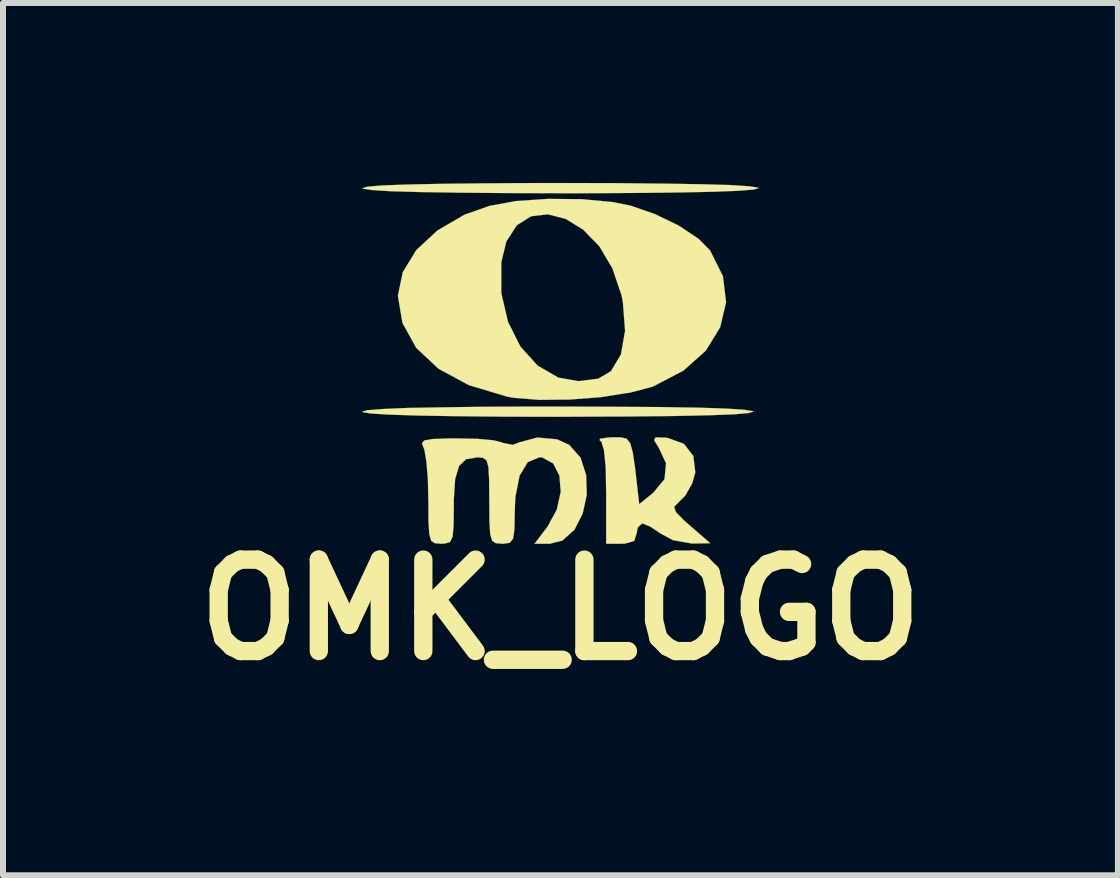
<source format=kicad_pcb>
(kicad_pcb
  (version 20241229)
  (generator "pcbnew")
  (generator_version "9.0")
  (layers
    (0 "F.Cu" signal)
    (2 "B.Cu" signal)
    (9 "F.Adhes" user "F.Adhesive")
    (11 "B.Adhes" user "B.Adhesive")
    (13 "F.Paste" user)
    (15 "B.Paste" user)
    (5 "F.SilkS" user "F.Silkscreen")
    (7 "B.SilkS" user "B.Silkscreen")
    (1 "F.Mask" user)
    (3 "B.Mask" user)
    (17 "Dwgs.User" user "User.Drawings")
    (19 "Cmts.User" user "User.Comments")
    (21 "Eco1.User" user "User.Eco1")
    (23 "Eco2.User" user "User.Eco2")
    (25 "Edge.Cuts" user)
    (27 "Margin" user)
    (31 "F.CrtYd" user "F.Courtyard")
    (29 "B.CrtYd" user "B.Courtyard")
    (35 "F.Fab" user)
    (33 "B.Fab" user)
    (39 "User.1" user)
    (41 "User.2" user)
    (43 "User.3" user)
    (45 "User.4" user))
  (footprint "OMK_LOGO"
    (layer "F.Cu")
    (at 6.292 2.965)
    (property "Reference" "OMK_LOGO" (at 0 4.148 0) (layer "F.SilkS") (effects (font (size 1.524 1.524) (thickness 0.305))))
    (attr through_hole)
    (fp_poly (pts (xy 3.218 0.846) (xy 3.132 0.871) (xy 2.883 0.892) (xy 2.474 0.907) (xy 1.905 0.919) (xy 1.184 0.927) (xy 0.312 0.93) (xy -0.043 0.932) (xy -0.968 0.93) (xy -1.745 0.922) (xy -2.37 0.912) (xy -2.837 0.897) (xy -3.147 0.879) (xy -3.292 0.856) (xy -3.302 0.846) (xy -3.218 0.823) (xy -2.969 0.803) (xy -2.558 0.785) (xy -1.991 0.775) (xy -1.267 0.765) (xy -0.396 0.762) (xy -0.043 0.762) (xy 0.881 0.765) (xy 1.659 0.77) (xy 2.283 0.78) (xy 2.753 0.795) (xy 3.061 0.815) (xy 3.205 0.838) (xy 3.218 0.846)) (stroke (width 0.003) (type solid)) (fill yes) (layer "F.SilkS"))
    (fp_poly (pts (xy 3.302 -2.878) (xy 3.218 -2.855) (xy 2.969 -2.835) (xy 2.558 -2.819) (xy 1.989 -2.807) (xy 1.265 -2.799) (xy 0.394 -2.794) (xy 0 -2.794) (xy -0.932 -2.797) (xy -1.717 -2.804) (xy -2.347 -2.814) (xy -2.822 -2.827) (xy -3.137 -2.847) (xy -3.289 -2.87) (xy -3.302 -2.878) (xy -3.218 -2.903) (xy -2.969 -2.924) (xy -2.558 -2.939) (xy -1.989 -2.951) (xy -1.267 -2.959) (xy -0.394 -2.964) (xy 0 -2.964) (xy 0.932 -2.962) (xy 1.714 -2.954) (xy 2.347 -2.944) (xy 2.822 -2.931) (xy 3.137 -2.911) (xy 3.287 -2.888) (xy 3.302 -2.878)) (stroke (width 0.003) (type solid)) (fill yes) (layer "F.SilkS"))
    (fp_poly (pts (xy 2.497 3.04) (xy 2.192 3.045) (xy 1.877 2.99) (xy 1.669 2.878) (xy 1.494 2.761) (xy 1.364 2.71) (xy 1.361 2.71) (xy 1.288 2.779) (xy 1.27 2.878) (xy 1.229 3.002) (xy 1.082 3.045) (xy 1.016 3.048) (xy 0.762 3.048) (xy 0.762 2.207) (xy 0.754 1.773) (xy 0.726 1.491) (xy 0.683 1.349) (xy 0.655 1.326) (xy 0.658 1.298) (xy 0.798 1.278) (xy 0.861 1.275) (xy 1.003 1.275) (xy 1.1 1.295) (xy 1.163 1.372) (xy 1.206 1.527) (xy 1.245 1.793) (xy 1.29 2.187) (xy 1.313 2.388) (xy 1.544 2.202) (xy 1.735 1.971) (xy 1.76 1.707) (xy 1.641 1.453) (xy 1.56 1.321) (xy 1.587 1.275) (xy 1.75 1.28) (xy 1.788 1.285) (xy 2.057 1.382) (xy 2.215 1.585) (xy 2.248 1.859) (xy 2.197 2.04) (xy 2.083 2.243) (xy 1.956 2.37) (xy 1.895 2.433) (xy 1.925 2.522) (xy 2.068 2.667) (xy 2.159 2.746) (xy 2.497 3.04)) (stroke (width 0.003) (type solid)) (fill yes) (layer "F.SilkS"))
    (fp_poly (pts (xy 2.761 -0.978) (xy 2.662 -0.559) (xy 2.423 -0.17) (xy 2.05 0.163) (xy 1.554 0.422) (xy 1.529 0.432) (xy 1.156 0.531) (xy 1.077 0.541) (xy 1.077 -0.5) (xy 1.041 -0.975) (xy 1.019 -1.09) (xy 0.866 -1.542) (xy 0.648 -1.91) (xy 0.378 -2.187) (xy 0.086 -2.367) (xy -0.211 -2.443) (xy -0.49 -2.41) (xy -0.726 -2.261) (xy -0.902 -1.991) (xy -0.986 -1.643) (xy -0.986 -1.128) (xy -0.874 -0.65) (xy -0.668 -0.239) (xy -0.381 0.079) (xy -0.036 0.279) (xy 0.297 0.338) (xy 0.63 0.297) (xy 0.841 0.173) (xy 1.008 -0.107) (xy 1.077 -0.5) (xy 1.077 0.541) (xy 0.676 0.605) (xy 0.152 0.645) (xy -0.358 0.65) (xy -0.79 0.615) (xy -0.897 0.594) (xy -1.529 0.404) (xy -2.035 0.13) (xy -2.405 -0.218) (xy -2.634 -0.632) (xy -2.71 -1.085) (xy -2.629 -1.476) (xy -2.403 -1.847) (xy -2.05 -2.174) (xy -1.6 -2.436) (xy -1.184 -2.583) (xy -0.739 -2.664) (xy -0.203 -2.7) (xy 0.358 -2.695) (xy 0.871 -2.647) (xy 1.166 -2.588) (xy 1.577 -2.446) (xy 1.974 -2.253) (xy 2.299 -2.037) (xy 2.494 -1.841) (xy 2.708 -1.412) (xy 2.761 -0.978)) (stroke (width 0.003) (type solid)) (fill yes) (layer "F.SilkS"))
    (fp_poly (pts (xy 0.439 2.23) (xy 0.371 2.545) (xy 0.234 2.814) (xy 0.033 2.995) (xy -0.175 3.048) (xy -0.432 3.048) (xy -0.216 2.764) (xy -0.061 2.479) (xy 0.005 2.182) (xy -0.018 1.913) (xy -0.122 1.709) (xy -0.305 1.61) (xy -0.351 1.608) (xy -0.544 1.687) (xy -0.681 1.913) (xy -0.752 2.273) (xy -0.762 2.517) (xy -0.767 2.807) (xy -0.79 2.964) (xy -0.846 3.033) (xy -0.95 3.048) (xy -0.973 3.048) (xy -1.077 3.04) (xy -1.138 3) (xy -1.171 2.888) (xy -1.184 2.675) (xy -1.186 2.329) (xy -1.189 1.979) (xy -1.201 1.765) (xy -1.234 1.656) (xy -1.295 1.615) (xy -1.379 1.608) (xy -1.57 1.638) (xy -1.689 1.75) (xy -1.755 1.968) (xy -1.778 2.319) (xy -1.778 2.431) (xy -1.781 2.748) (xy -1.798 2.931) (xy -1.841 3.02) (xy -1.923 3.045) (xy -1.989 3.048) (xy -2.093 3.04) (xy -2.154 3) (xy -2.187 2.888) (xy -2.2 2.675) (xy -2.202 2.327) (xy -2.202 2.322) (xy -2.21 1.971) (xy -2.235 1.674) (xy -2.268 1.481) (xy -2.281 1.448) (xy -2.309 1.372) (xy -2.268 1.326) (xy -2.129 1.303) (xy -1.862 1.293) (xy -1.709 1.293) (xy -1.384 1.3) (xy -1.123 1.323) (xy -0.97 1.361) (xy -0.958 1.369) (xy -0.792 1.4) (xy -0.688 1.359) (xy -0.384 1.278) (xy -0.056 1.308) (xy 0.147 1.4) (xy 0.335 1.615) (xy 0.429 1.905) (xy 0.439 2.23)) (stroke (width 0.003) (type solid)) (fill yes) (layer "F.SilkS")))
  (gr_rect
    (start -3 -3)
    (end 15.584 11.54)
    (stroke (width 0.1) (type default))
    (fill no)
    (layer "Edge.Cuts")))
</source>
